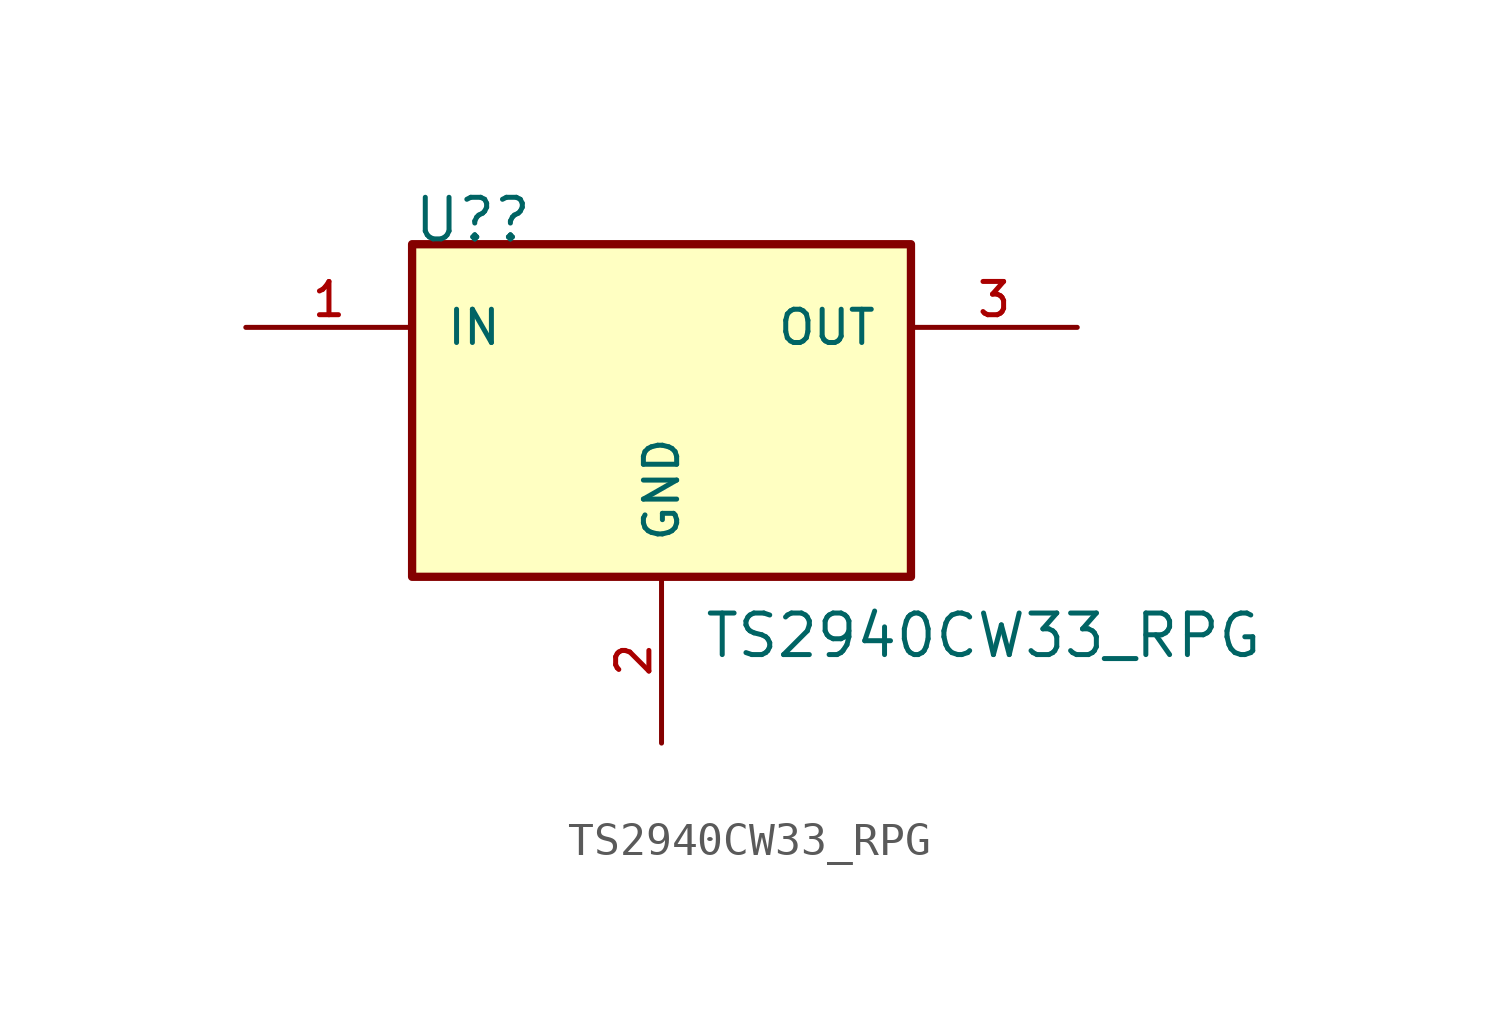
<source format=kicad_sym>
(kicad_symbol_lib
  (version 20211014)
  (generator kicad_symbol_editor)
  (symbol "TS2940CW33_RPG"
    (pin_names
      (offset 1.016))
    (property "Reference" "U?"
      (at -7.62 5.08 0)
      (effects (font (size 1.27 1.27)) (justify left bottom)))
    (property "Value" "TS2940CW33_RPG"
      (at 1.27 -7.62 0)
      (effects (font (size 1.27 1.27)) (justify left bottom)))
    (symbol "TS2940CW33_RPG_0_0"
      (rectangle (start -7.62 5.08) (end 7.62 -5.08) (stroke (width 0.254) (type default) (color 0 0 0 0)) (fill (type background)))
      (pin input line (at -12.7 2.54 0) (length 5.08) (name "IN" (effects (font (size 1.016 1.016)))) (number "1" (effects (font (size 1.016 1.016)))))
      (pin power_in line (at 0 -10.16 90) (length 5.08) (name "GND" (effects (font (size 1.016 1.016)))) (number "2" (effects (font (size 1.016 1.016)))))
      (pin output line (at 12.7 2.54 180) (length 5.08) (name "OUT" (effects (font (size 1.016 1.016)))) (number "3" (effects (font (size 1.016 1.016))))))))
</source>
